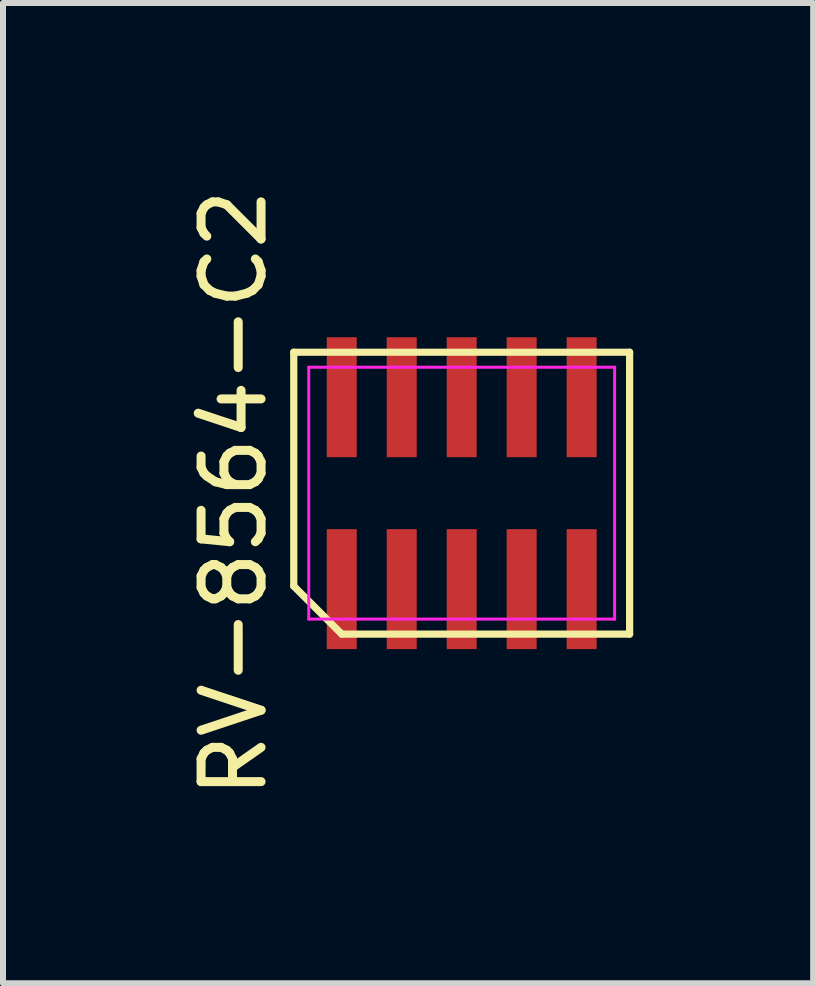
<source format=kicad_pcb>
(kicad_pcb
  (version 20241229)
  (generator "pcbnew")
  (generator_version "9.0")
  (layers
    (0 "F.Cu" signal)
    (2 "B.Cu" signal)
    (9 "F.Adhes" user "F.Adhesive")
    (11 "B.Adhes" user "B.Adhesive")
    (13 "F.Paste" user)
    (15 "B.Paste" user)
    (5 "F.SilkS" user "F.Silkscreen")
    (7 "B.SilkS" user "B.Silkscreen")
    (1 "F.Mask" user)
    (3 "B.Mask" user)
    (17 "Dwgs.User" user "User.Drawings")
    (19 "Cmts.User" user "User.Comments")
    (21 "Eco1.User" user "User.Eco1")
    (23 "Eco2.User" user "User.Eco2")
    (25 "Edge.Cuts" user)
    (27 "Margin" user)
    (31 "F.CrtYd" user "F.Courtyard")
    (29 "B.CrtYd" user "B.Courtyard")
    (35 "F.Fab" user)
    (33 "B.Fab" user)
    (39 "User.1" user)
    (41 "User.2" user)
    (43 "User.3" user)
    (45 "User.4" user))
  (footprint "RV-8564-C2"
    (layer "F.Cu")
    (at 4.648 5.173)
    (property "Reference" "RV-8564-C2" (at -3.8 0 90) (layer "F.SilkS") (effects (font (size 1 1) (thickness 0.15))))
    (attr smd)
    (fp_line (start -2.8 -2.35) (end 2.8 -2.35) (stroke (width 0.12) (type solid)) (layer "F.SilkS"))
    (fp_line (start -2.8 1.55) (end -2.8 -2.35) (stroke (width 0.12) (type solid)) (layer "F.SilkS"))
    (fp_line (start -2 2.35) (end -2.8 1.55) (stroke (width 0.12) (type solid)) (layer "F.SilkS"))
    (fp_line (start 2.8 -2.35) (end 2.8 2.35) (stroke (width 0.12) (type solid)) (layer "F.SilkS"))
    (fp_line (start 2.8 2.35) (end -2 2.35) (stroke (width 0.12) (type solid)) (layer "F.SilkS"))
    (fp_line (start -2.55 -2.1) (end 2.55 -2.1) (stroke (width 0.05) (type solid)) (layer "F.CrtYd"))
    (fp_line (start -2.55 2.1) (end -2.55 -2.1) (stroke (width 0.05) (type solid)) (layer "F.CrtYd"))
    (fp_line (start 2.55 -2.1) (end 2.55 2.1) (stroke (width 0.05) (type solid)) (layer "F.CrtYd"))
    (fp_line (start 2.55 2.1) (end -2.55 2.1) (stroke (width 0.05) (type solid)) (layer "F.CrtYd"))
    (pad "1" smd rect (at -2 1.1) (size 0.5 2) (drill (offset 0 0.5)) (layers "F.Cu" "F.Mask" "F.Paste"))
    (pad "2" smd rect (at -1 1.1) (size 0.5 2) (drill (offset 0 0.5)) (layers "F.Cu" "F.Mask" "F.Paste"))
    (pad "3" smd rect (at 0 1.1) (size 0.5 2) (drill (offset 0 0.5)) (layers "F.Cu" "F.Mask" "F.Paste"))
    (pad "4" smd rect (at 1 1.1) (size 0.5 2) (drill (offset 0 0.5)) (layers "F.Cu" "F.Mask" "F.Paste"))
    (pad "5" smd rect (at 2 1.1) (size 0.5 2) (drill (offset 0 0.5)) (layers "F.Cu" "F.Mask" "F.Paste"))
    (pad "6" smd rect (at 2 -1.1) (size 0.5 2) (drill (offset 0 -0.5)) (layers "F.Cu" "F.Mask" "F.Paste"))
    (pad "7" smd rect (at 1 -1.1) (size 0.5 2) (drill (offset 0 -0.5)) (layers "F.Cu" "F.Mask" "F.Paste"))
    (pad "8" smd rect (at 0 -1.1) (size 0.5 2) (drill (offset 0 -0.5)) (layers "F.Cu" "F.Mask" "F.Paste"))
    (pad "9" smd rect (at -1 -1.1) (size 0.5 2) (drill (offset 0 -0.5)) (layers "F.Cu" "F.Mask" "F.Paste"))
    (pad "10" smd rect (at -2 -1.1) (size 0.5 2) (drill (offset 0 -0.5)) (layers "F.Cu" "F.Mask" "F.Paste")))
  (gr_rect
    (start -3 -3)
    (end 10.508 13.345)
    (stroke (width 0.1) (type default))
    (fill no)
    (layer "Edge.Cuts")))
</source>
